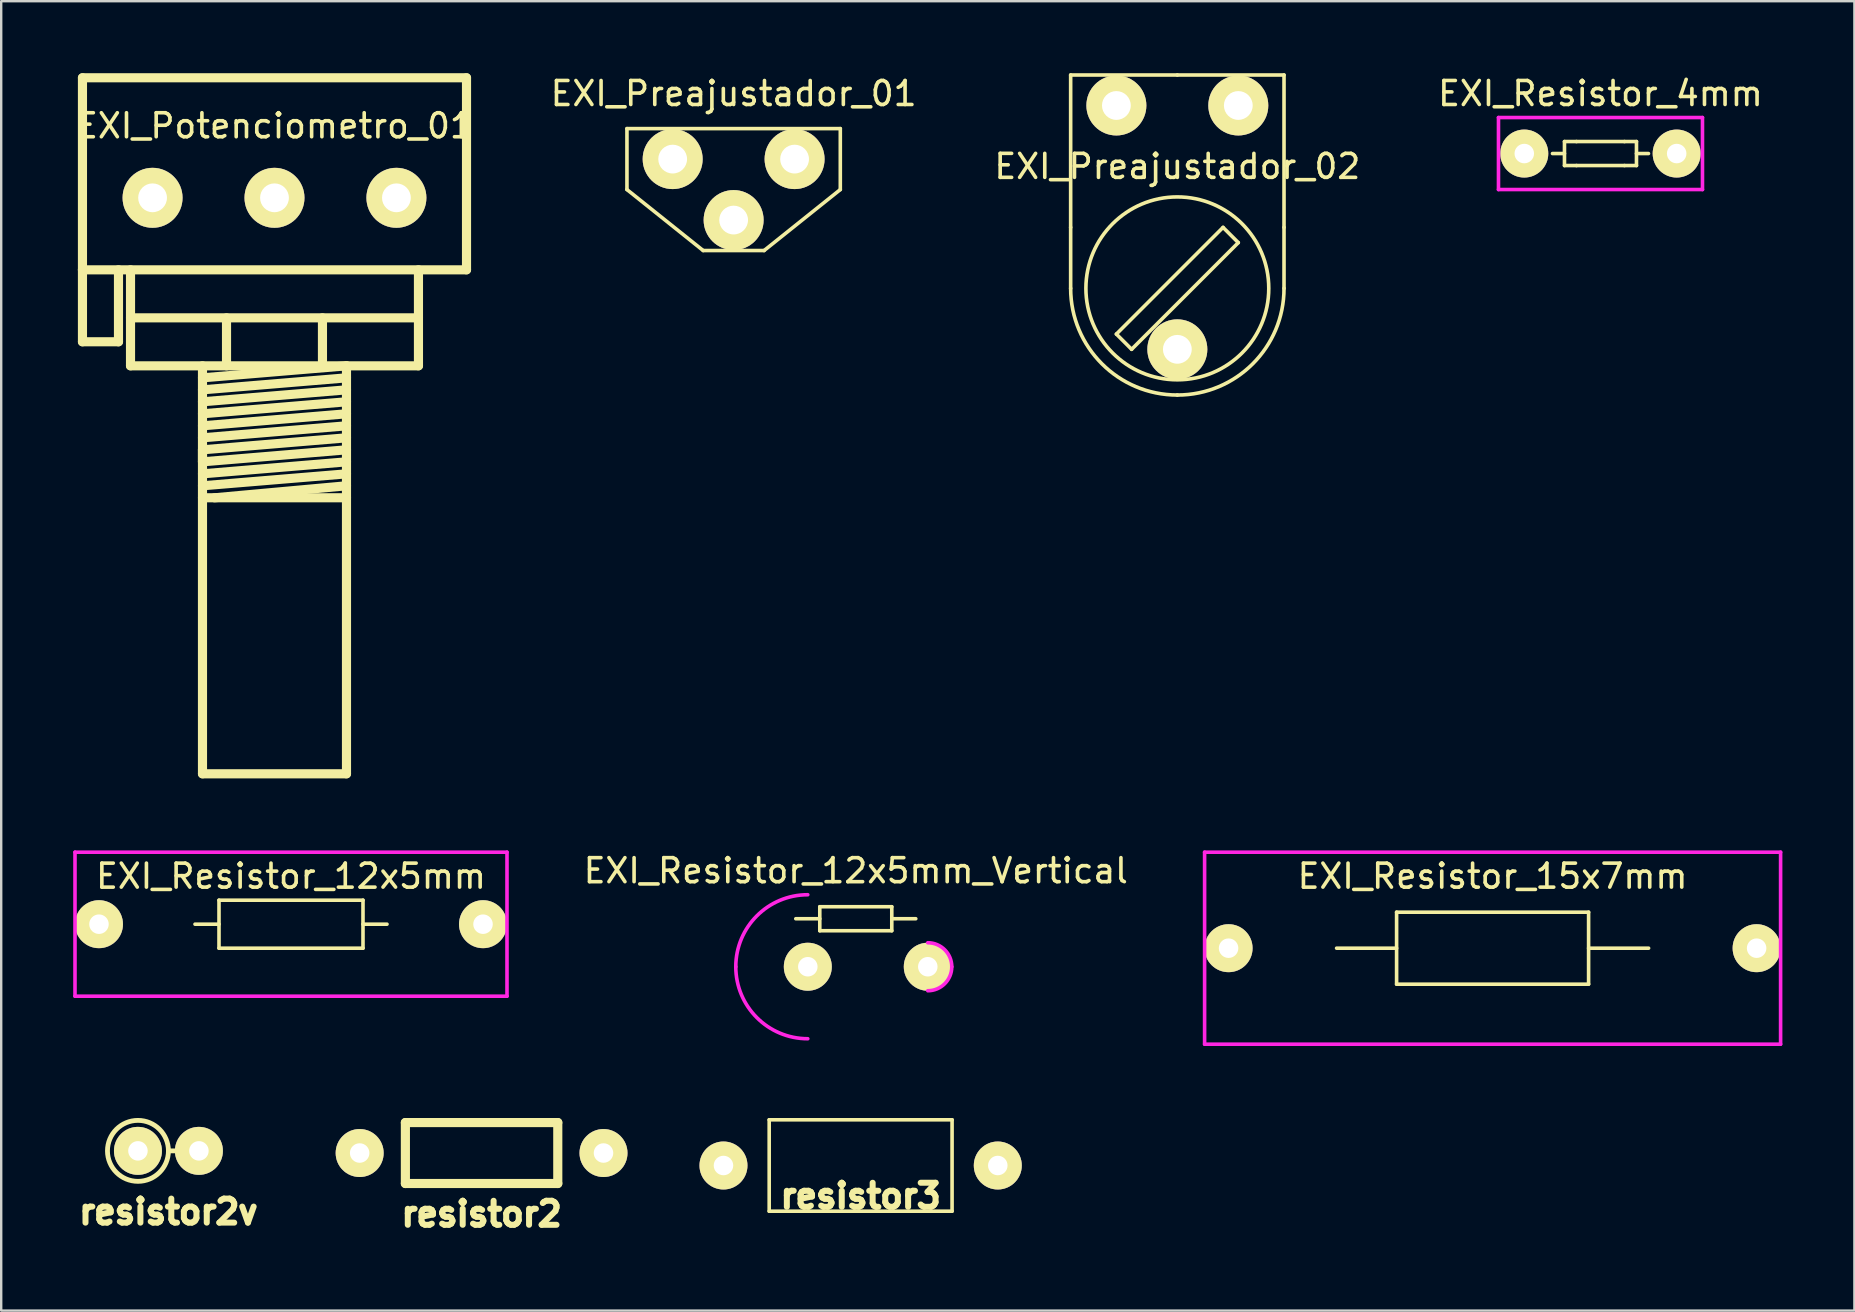
<source format=kicad_pcb>
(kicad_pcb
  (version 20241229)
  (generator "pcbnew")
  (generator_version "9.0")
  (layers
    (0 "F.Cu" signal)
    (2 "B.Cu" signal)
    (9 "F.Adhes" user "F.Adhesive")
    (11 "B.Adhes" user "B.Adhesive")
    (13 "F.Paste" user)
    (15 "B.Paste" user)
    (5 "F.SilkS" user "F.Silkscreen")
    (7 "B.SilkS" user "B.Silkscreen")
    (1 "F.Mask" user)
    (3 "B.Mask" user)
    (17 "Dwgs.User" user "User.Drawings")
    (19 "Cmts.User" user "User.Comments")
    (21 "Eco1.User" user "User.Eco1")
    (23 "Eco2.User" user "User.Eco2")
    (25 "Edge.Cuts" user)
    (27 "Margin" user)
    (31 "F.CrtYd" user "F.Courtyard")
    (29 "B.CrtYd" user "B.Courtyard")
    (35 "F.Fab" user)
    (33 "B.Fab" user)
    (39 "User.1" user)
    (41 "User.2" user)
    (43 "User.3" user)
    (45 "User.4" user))
  (footprint "EXI_Preajustador_01"
    (layer "F.Cu")
    (at 27.518 4.849)
    (property "Reference" "EXI_Preajustador_01" (at 0 -4 0) (layer "F.SilkS") (effects (font (size 1 1) (thickness 0.15))))
    (attr through_hole)
    (fp_line (start -4.445 -2.54) (end 4.445 -2.54) (stroke (width 0.15) (type solid)) (layer "F.SilkS"))
    (fp_line (start -4.445 0) (end -4.445 -2.54) (stroke (width 0.15) (type solid)) (layer "F.SilkS"))
    (fp_line (start -1.27 2.54) (end -4.445 0) (stroke (width 0.15) (type solid)) (layer "F.SilkS"))
    (fp_line (start -1.27 2.54) (end 1.27 2.54) (stroke (width 0.15) (type solid)) (layer "F.SilkS"))
    (fp_line (start 1.27 2.54) (end 4.445 0) (stroke (width 0.15) (type solid)) (layer "F.SilkS"))
    (fp_line (start 4.445 0) (end 4.445 -2.54) (stroke (width 0.15) (type solid)) (layer "F.SilkS"))
    (pad "1" thru_hole circle (at 2.54 -1.27) (size 2.499 2.499) (drill 1.199) (layers "*.Cu" "*.Mask" "F.SilkS"))
    (pad "2" thru_hole circle (at 0 1.27) (size 2.499 2.499) (drill 1.199) (layers "*.Cu" "*.Mask" "F.SilkS"))
    (pad "3" thru_hole circle (at -2.54 -1.27) (size 2.499 2.499) (drill 1.199) (layers "*.Cu" "*.Mask" "F.SilkS")))
  (footprint "resistor3"
    (layer "F.Cu")
    (at 32.81 45.513)
    (property "Reference" "resistor3" (at 0 1.27 0) (layer "F.SilkS") (effects (font (size 1.001 1.001) (thickness 0.251))))
    (attr through_hole)
    (fp_line (start -3.81 -1.905) (end -3.81 1.905) (stroke (width 0.15) (type solid)) (layer "F.SilkS"))
    (fp_line (start -3.81 -1.905) (end 3.81 -1.905) (stroke (width 0.15) (type solid)) (layer "F.SilkS"))
    (fp_line (start -3.81 1.905) (end 3.81 1.905) (stroke (width 0.15) (type solid)) (layer "F.SilkS"))
    (fp_line (start 3.81 -1.905) (end 3.81 1.905) (stroke (width 0.15) (type solid)) (layer "F.SilkS"))
    (pad "1" thru_hole circle (at -5.715 0) (size 1.999 1.999) (drill 0.813) (layers "*.Cu" "*.Mask" "F.SilkS"))
    (pad "2" thru_hole circle (at 5.715 0) (size 1.999 1.999) (drill 0.813) (layers "*.Cu" "*.Mask" "F.SilkS")))
  (footprint "EXI_Resistor_4mm"
    (layer "F.Cu")
    (at 63.637 3.348)
    (property "Reference" "EXI_Resistor_4mm" (at 0 -2.5 0) (layer "F.SilkS") (effects (font (size 1 1) (thickness 0.15))))
    (attr through_hole)
    (fp_line (start -1.5 -0.5) (end -1.5 0.5) (stroke (width 0.15) (type solid)) (layer "F.SilkS"))
    (fp_line (start -1.5 0) (end -2 0) (stroke (width 0.15) (type solid)) (layer "F.SilkS"))
    (fp_line (start -1.5 0.5) (end -1 0.5) (stroke (width 0.15) (type solid)) (layer "F.SilkS"))
    (fp_line (start -1 -0.5) (end -1.5 -0.5) (stroke (width 0.15) (type solid)) (layer "F.SilkS"))
    (fp_line (start -1 0.5) (end 1 0.5) (stroke (width 0.15) (type solid)) (layer "F.SilkS"))
    (fp_line (start 1 -0.5) (end -1 -0.5) (stroke (width 0.15) (type solid)) (layer "F.SilkS"))
    (fp_line (start 1 -0.5) (end 1.5 -0.5) (stroke (width 0.15) (type solid)) (layer "F.SilkS"))
    (fp_line (start 1.5 -0.5) (end 1.5 0.5) (stroke (width 0.15) (type solid)) (layer "F.SilkS"))
    (fp_line (start 1.5 0.5) (end 1 0.5) (stroke (width 0.15) (type solid)) (layer "F.SilkS"))
    (fp_line (start 2 0) (end 1.5 0) (stroke (width 0.15) (type solid)) (layer "F.SilkS"))
    (fp_line (start -4.25 -1.5) (end -4.25 1.5) (stroke (width 0.15) (type solid)) (layer "F.CrtYd"))
    (fp_line (start -4.25 1.5) (end 4.25 1.5) (stroke (width 0.15) (type solid)) (layer "F.CrtYd"))
    (fp_line (start 4.25 -1.5) (end -4.25 -1.5) (stroke (width 0.15) (type solid)) (layer "F.CrtYd"))
    (fp_line (start 4.25 1.5) (end 4.25 -1.5) (stroke (width 0.15) (type solid)) (layer "F.CrtYd"))
    (pad "1" thru_hole circle (at -3.175 0) (size 1.999 1.999) (drill 0.813) (layers "*.Cu" "*.Mask" "F.SilkS"))
    (pad "2" thru_hole circle (at 3.175 0) (size 1.999 1.999) (drill 0.813) (layers "*.Cu" "*.Mask" "F.SilkS")))
  (footprint "resistor2"
    (layer "F.Cu")
    (at 17.016 44.993)
    (property "Reference" "resistor2" (at 0 2.54 0) (layer "F.SilkS") (effects (font (size 1.001 1.001) (thickness 0.251))))
    (attr through_hole)
    (fp_line (start -3.175 -1.27) (end -3.175 1.27) (stroke (width 0.381) (type solid)) (layer "F.SilkS"))
    (fp_line (start -3.175 -1.27) (end 3.175 -1.27) (stroke (width 0.381) (type solid)) (layer "F.SilkS"))
    (fp_line (start 3.175 -1.27) (end 3.175 1.27) (stroke (width 0.381) (type solid)) (layer "F.SilkS"))
    (fp_line (start 3.175 1.27) (end -3.175 1.27) (stroke (width 0.381) (type solid)) (layer "F.SilkS"))
    (pad "1" thru_hole circle (at -5.08 0) (size 1.999 1.999) (drill 0.813) (layers "*.Cu" "*.Mask" "F.SilkS"))
    (pad "2" thru_hole circle (at 5.08 0) (size 1.999 1.999) (drill 0.813) (layers "*.Cu" "*.Mask" "F.SilkS")))
  (footprint "EXI_Resistor_12x5mm_Vertical"
    (layer "F.Cu")
    (at 32.608 37.231)
    (property "Reference" "EXI_Resistor_12x5mm_Vertical" (at 0 -4 0) (layer "F.SilkS") (effects (font (size 1 1) (thickness 0.15))))
    (attr through_hole)
    (fp_line (start -1.5 -2.5) (end -1.5 -1.5) (stroke (width 0.15) (type solid)) (layer "F.SilkS"))
    (fp_line (start -1.5 -2) (end -2.5 -2) (stroke (width 0.15) (type solid)) (layer "F.SilkS"))
    (fp_line (start -1.5 -1.5) (end 1.5 -1.5) (stroke (width 0.15) (type solid)) (layer "F.SilkS"))
    (fp_line (start 1.5 -2.5) (end -1.5 -2.5) (stroke (width 0.15) (type solid)) (layer "F.SilkS"))
    (fp_line (start 1.5 -2) (end 2.5 -2) (stroke (width 0.15) (type solid)) (layer "F.SilkS"))
    (fp_line (start 1.5 -1.5) (end 1.5 -2.5) (stroke (width 0.15) (type solid)) (layer "F.SilkS"))
    (fp_arc (start -5 0) (mid -4.12132 -2.12132) (end -2 -3) (stroke (width 0.15) (type solid)) (layer "F.CrtYd"))
    (fp_arc (start -2 3) (mid -4.12132 2.12132) (end -5 0) (stroke (width 0.15) (type solid)) (layer "F.CrtYd"))
    (fp_arc (start 3 -1) (mid 3.707107 -0.707107) (end 4 0) (stroke (width 0.15) (type solid)) (layer "F.CrtYd"))
    (fp_arc (start 4 0) (mid 3.707107 0.707107) (end 3 1) (stroke (width 0.15) (type solid)) (layer "F.CrtYd"))
    (pad "1" thru_hole circle (at -1.999 0) (size 1.999 1.999) (drill 0.813) (layers "*.Cu" "*.Mask" "F.SilkS"))
    (pad "2" thru_hole circle (at 3 0) (size 1.999 1.999) (drill 0.813) (layers "*.Cu" "*.Mask" "F.SilkS")))
  (footprint "EXI_Preajustador_02"
    (layer "F.Cu")
    (at 46.006 6.425)
    (property "Reference" "EXI_Preajustador_02" (at 0 -2.54 0) (layer "F.SilkS") (effects (font (size 1 1) (thickness 0.15))))
    (attr through_hole)
    (fp_line (start -4.445 -6.35) (end -4.445 0) (stroke (width 0.15) (type solid)) (layer "F.SilkS"))
    (fp_line (start -4.445 0) (end -4.445 2.54) (stroke (width 0.15) (type solid)) (layer "F.SilkS"))
    (fp_line (start -2.54 4.445) (end 1.905 0) (stroke (width 0.15) (type solid)) (layer "F.SilkS"))
    (fp_line (start -1.905 5.08) (end -2.54 4.445) (stroke (width 0.15) (type solid)) (layer "F.SilkS"))
    (fp_line (start 0 -6.35) (end -4.445 -6.35) (stroke (width 0.15) (type solid)) (layer "F.SilkS"))
    (fp_line (start 0 -6.35) (end 4.445 -6.35) (stroke (width 0.15) (type solid)) (layer "F.SilkS"))
    (fp_line (start 1.905 0) (end 2.54 0.635) (stroke (width 0.15) (type solid)) (layer "F.SilkS"))
    (fp_line (start 2.54 0.635) (end -1.905 5.08) (stroke (width 0.15) (type solid)) (layer "F.SilkS"))
    (fp_line (start 4.445 -6.35) (end 4.445 0) (stroke (width 0.15) (type solid)) (layer "F.SilkS"))
    (fp_line (start 4.445 2.54) (end 4.445 0) (stroke (width 0.15) (type solid)) (layer "F.SilkS"))
    (fp_arc (start 0 6.985) (mid -3.14309 5.68309) (end -4.445 2.54) (stroke (width 0.14986) (type solid)) (layer "F.SilkS"))
    (fp_arc (start 4.445 2.54) (mid 3.14309 5.68309) (end 0 6.985) (stroke (width 0.14986) (type solid)) (layer "F.SilkS"))
    (fp_circle (center 0 2.54) (end 3.81 2.54) (stroke (width 0.15) (type solid)) (fill no) (layer "F.SilkS"))
    (pad "1" thru_hole circle (at 2.54 -5.08) (size 2.499 2.499) (drill 1.199) (layers "*.Cu" "*.Mask" "F.SilkS"))
    (pad "2" thru_hole circle (at 0 5.08) (size 2.499 2.499) (drill 1.199) (layers "*.Cu" "*.Mask" "F.SilkS"))
    (pad "3" thru_hole circle (at -2.54 -5.08) (size 2.499 2.499) (drill 1.199) (layers "*.Cu" "*.Mask" "F.SilkS")))
  (footprint "EXI_Potenciometro_01"
    (layer "F.Cu")
    (at 8.387 5.192)
    (property "Reference" "EXI_Potenciometro_01" (at 0 -3 0) (layer "F.SilkS") (effects (font (size 1 1) (thickness 0.15))))
    (attr through_hole)
    (fp_line (start -8.001 -5.001) (end 8.001 -5.001) (stroke (width 0.381) (type solid)) (layer "F.SilkS"))
    (fp_line (start -8.001 3) (end -8.001 -5.001) (stroke (width 0.381) (type solid)) (layer "F.SilkS"))
    (fp_line (start -8.001 3) (end -8.001 5.999) (stroke (width 0.381) (type solid)) (layer "F.SilkS"))
    (fp_line (start -8.001 5.999) (end -6.5 5.999) (stroke (width 0.381) (type solid)) (layer "F.SilkS"))
    (fp_line (start -6.5 5.999) (end -6.5 3) (stroke (width 0.381) (type solid)) (layer "F.SilkS"))
    (fp_line (start -5.999 3) (end -5.999 7) (stroke (width 0.381) (type solid)) (layer "F.SilkS"))
    (fp_line (start -5.999 5.001) (end 5.999 5.001) (stroke (width 0.381) (type solid)) (layer "F.SilkS"))
    (fp_line (start -5.999 7) (end 5.999 7) (stroke (width 0.381) (type solid)) (layer "F.SilkS"))
    (fp_line (start -3 7) (end -3 24) (stroke (width 0.381) (type solid)) (layer "F.SilkS"))
    (fp_line (start -3 7.501) (end 3 7) (stroke (width 0.381) (type solid)) (layer "F.SilkS"))
    (fp_line (start -3 8.499) (end 3 8.001) (stroke (width 0.381) (type solid)) (layer "F.SilkS"))
    (fp_line (start -3 9.5) (end 3 8.999) (stroke (width 0.381) (type solid)) (layer "F.SilkS"))
    (fp_line (start -3 10) (end 3 9.5) (stroke (width 0.381) (type solid)) (layer "F.SilkS"))
    (fp_line (start -3 10.5) (end -3 11.001) (stroke (width 0.381) (type solid)) (layer "F.SilkS"))
    (fp_line (start -3 11.001) (end 3 10.5) (stroke (width 0.381) (type solid)) (layer "F.SilkS"))
    (fp_line (start -3 11.501) (end 3 11.001) (stroke (width 0.381) (type solid)) (layer "F.SilkS"))
    (fp_line (start -3 11.999) (end 3 11.501) (stroke (width 0.381) (type solid)) (layer "F.SilkS"))
    (fp_line (start -3 12.499) (end 3 12.499) (stroke (width 0.381) (type solid)) (layer "F.SilkS"))
    (fp_line (start -3 24) (end 3 24) (stroke (width 0.381) (type solid)) (layer "F.SilkS"))
    (fp_line (start -1.999 7) (end -1.999 5.001) (stroke (width 0.381) (type solid)) (layer "F.SilkS"))
    (fp_line (start 1.999 7) (end 1.999 5.001) (stroke (width 0.381) (type solid)) (layer "F.SilkS"))
    (fp_line (start 3 7.501) (end -3 8.001) (stroke (width 0.381) (type solid)) (layer "F.SilkS"))
    (fp_line (start 3 8.499) (end -3 8.999) (stroke (width 0.381) (type solid)) (layer "F.SilkS"))
    (fp_line (start 3 10) (end -3 10.5) (stroke (width 0.381) (type solid)) (layer "F.SilkS"))
    (fp_line (start 3 11.999) (end -2.499 12.499) (stroke (width 0.381) (type solid)) (layer "F.SilkS"))
    (fp_line (start 3 24) (end 3 7) (stroke (width 0.381) (type solid)) (layer "F.SilkS"))
    (fp_line (start 5.999 7) (end 5.999 3) (stroke (width 0.381) (type solid)) (layer "F.SilkS"))
    (fp_line (start 8.001 -5.001) (end 8.001 3) (stroke (width 0.381) (type solid)) (layer "F.SilkS"))
    (fp_line (start 8.001 3) (end -8.001 3) (stroke (width 0.381) (type solid)) (layer "F.SilkS"))
    (pad "1" thru_hole circle (at -5.08 0) (size 2.499 2.499) (drill 1.199) (layers "*.Cu" "*.Mask" "F.SilkS"))
    (pad "2" thru_hole circle (at 0 0) (size 2.499 2.499) (drill 1.199) (layers "*.Cu" "*.Mask" "F.SilkS"))
    (pad "3" thru_hole circle (at 5.08 0) (size 2.499 2.499) (drill 1.199) (layers "*.Cu" "*.Mask" "F.SilkS")))
  (footprint "resistor2v"
    (layer "F.Cu")
    (at 3.968 44.903)
    (property "Reference" "resistor2v" (at 0 2.54 0) (layer "F.SilkS") (effects (font (size 1.001 1.001) (thickness 0.251))))
    (attr through_hole)
    (fp_line (start 0 0) (end 1.27 0) (stroke (width 0.201) (type solid)) (layer "F.SilkS"))
    (fp_circle (center -1.27 0) (end -1.27 -1.27) (stroke (width 0.201) (type solid)) (fill no) (layer "F.SilkS"))
    (pad "1" thru_hole circle (at -1.27 0) (size 1.999 1.999) (drill 0.813) (layers "*.Cu" "*.Mask" "F.SilkS"))
    (pad "2" thru_hole circle (at 1.27 0) (size 1.999 1.999) (drill 0.813) (layers "*.Cu" "*.Mask" "F.SilkS")))
  (footprint "EXI_Resistor_15x7mm"
    (layer "F.Cu")
    (at 59.142 36.458)
    (property "Reference" "EXI_Resistor_15x7mm" (at 0 -3 0) (layer "F.SilkS") (effects (font (size 1 1) (thickness 0.15))))
    (attr through_hole)
    (fp_line (start -4 -1.5) (end 4 -1.5) (stroke (width 0.15) (type solid)) (layer "F.SilkS"))
    (fp_line (start -4 0) (end -6.5 0) (stroke (width 0.15) (type solid)) (layer "F.SilkS"))
    (fp_line (start -4 1.5) (end -4 -1.5) (stroke (width 0.15) (type solid)) (layer "F.SilkS"))
    (fp_line (start 4 -1.5) (end 4 1.5) (stroke (width 0.15) (type solid)) (layer "F.SilkS"))
    (fp_line (start 4 0) (end 6.5 0) (stroke (width 0.15) (type solid)) (layer "F.SilkS"))
    (fp_line (start 4 1.5) (end -4 1.5) (stroke (width 0.15) (type solid)) (layer "F.SilkS"))
    (fp_line (start -12 -4) (end 12 -4) (stroke (width 0.15) (type solid)) (layer "F.CrtYd"))
    (fp_line (start -12 4) (end -12 -4) (stroke (width 0.15) (type solid)) (layer "F.CrtYd"))
    (fp_line (start 12 -4) (end 12 4) (stroke (width 0.15) (type solid)) (layer "F.CrtYd"))
    (fp_line (start 12 4) (end -12 4) (stroke (width 0.15) (type solid)) (layer "F.CrtYd"))
    (pad "1" thru_hole circle (at -11.001 0) (size 1.999 1.999) (drill 0.813) (layers "*.Cu" "*.Mask" "F.SilkS"))
    (pad "2" thru_hole circle (at 11.001 0) (size 1.999 1.999) (drill 0.813) (layers "*.Cu" "*.Mask" "F.SilkS")))
  (footprint "EXI_Resistor_12x5mm"
    (layer "F.Cu")
    (at 9.075 35.458)
    (property "Reference" "EXI_Resistor_12x5mm" (at 0 -2 0) (layer "F.SilkS") (effects (font (size 1 1) (thickness 0.15))))
    (attr through_hole)
    (fp_line (start -3 -1) (end -3 1) (stroke (width 0.15) (type solid)) (layer "F.SilkS"))
    (fp_line (start -3 0) (end -4 0) (stroke (width 0.15) (type solid)) (layer "F.SilkS"))
    (fp_line (start -3 1) (end 3 1) (stroke (width 0.15) (type solid)) (layer "F.SilkS"))
    (fp_line (start 3 -1) (end -3 -1) (stroke (width 0.15) (type solid)) (layer "F.SilkS"))
    (fp_line (start 3 0) (end 4 0) (stroke (width 0.15) (type solid)) (layer "F.SilkS"))
    (fp_line (start 3 1) (end 3 -1) (stroke (width 0.15) (type solid)) (layer "F.SilkS"))
    (fp_line (start -9 -3) (end 9 -3) (stroke (width 0.15) (type solid)) (layer "F.CrtYd"))
    (fp_line (start -9 3) (end -9 -3) (stroke (width 0.15) (type solid)) (layer "F.CrtYd"))
    (fp_line (start 9 -3) (end 9 3) (stroke (width 0.15) (type solid)) (layer "F.CrtYd"))
    (fp_line (start 9 3) (end -9 3) (stroke (width 0.15) (type solid)) (layer "F.CrtYd"))
    (pad "1" thru_hole circle (at -8.001 0) (size 1.999 1.999) (drill 0.813) (layers "*.Cu" "*.Mask" "F.SilkS"))
    (pad "2" thru_hole circle (at 8.001 0) (size 1.999 1.999) (drill 0.813) (layers "*.Cu" "*.Mask" "F.SilkS")))
  (gr_rect
    (start -3 -3)
    (end 74.217 51.558)
    (stroke (width 0.1) (type default))
    (fill no)
    (layer "Edge.Cuts")))
</source>
